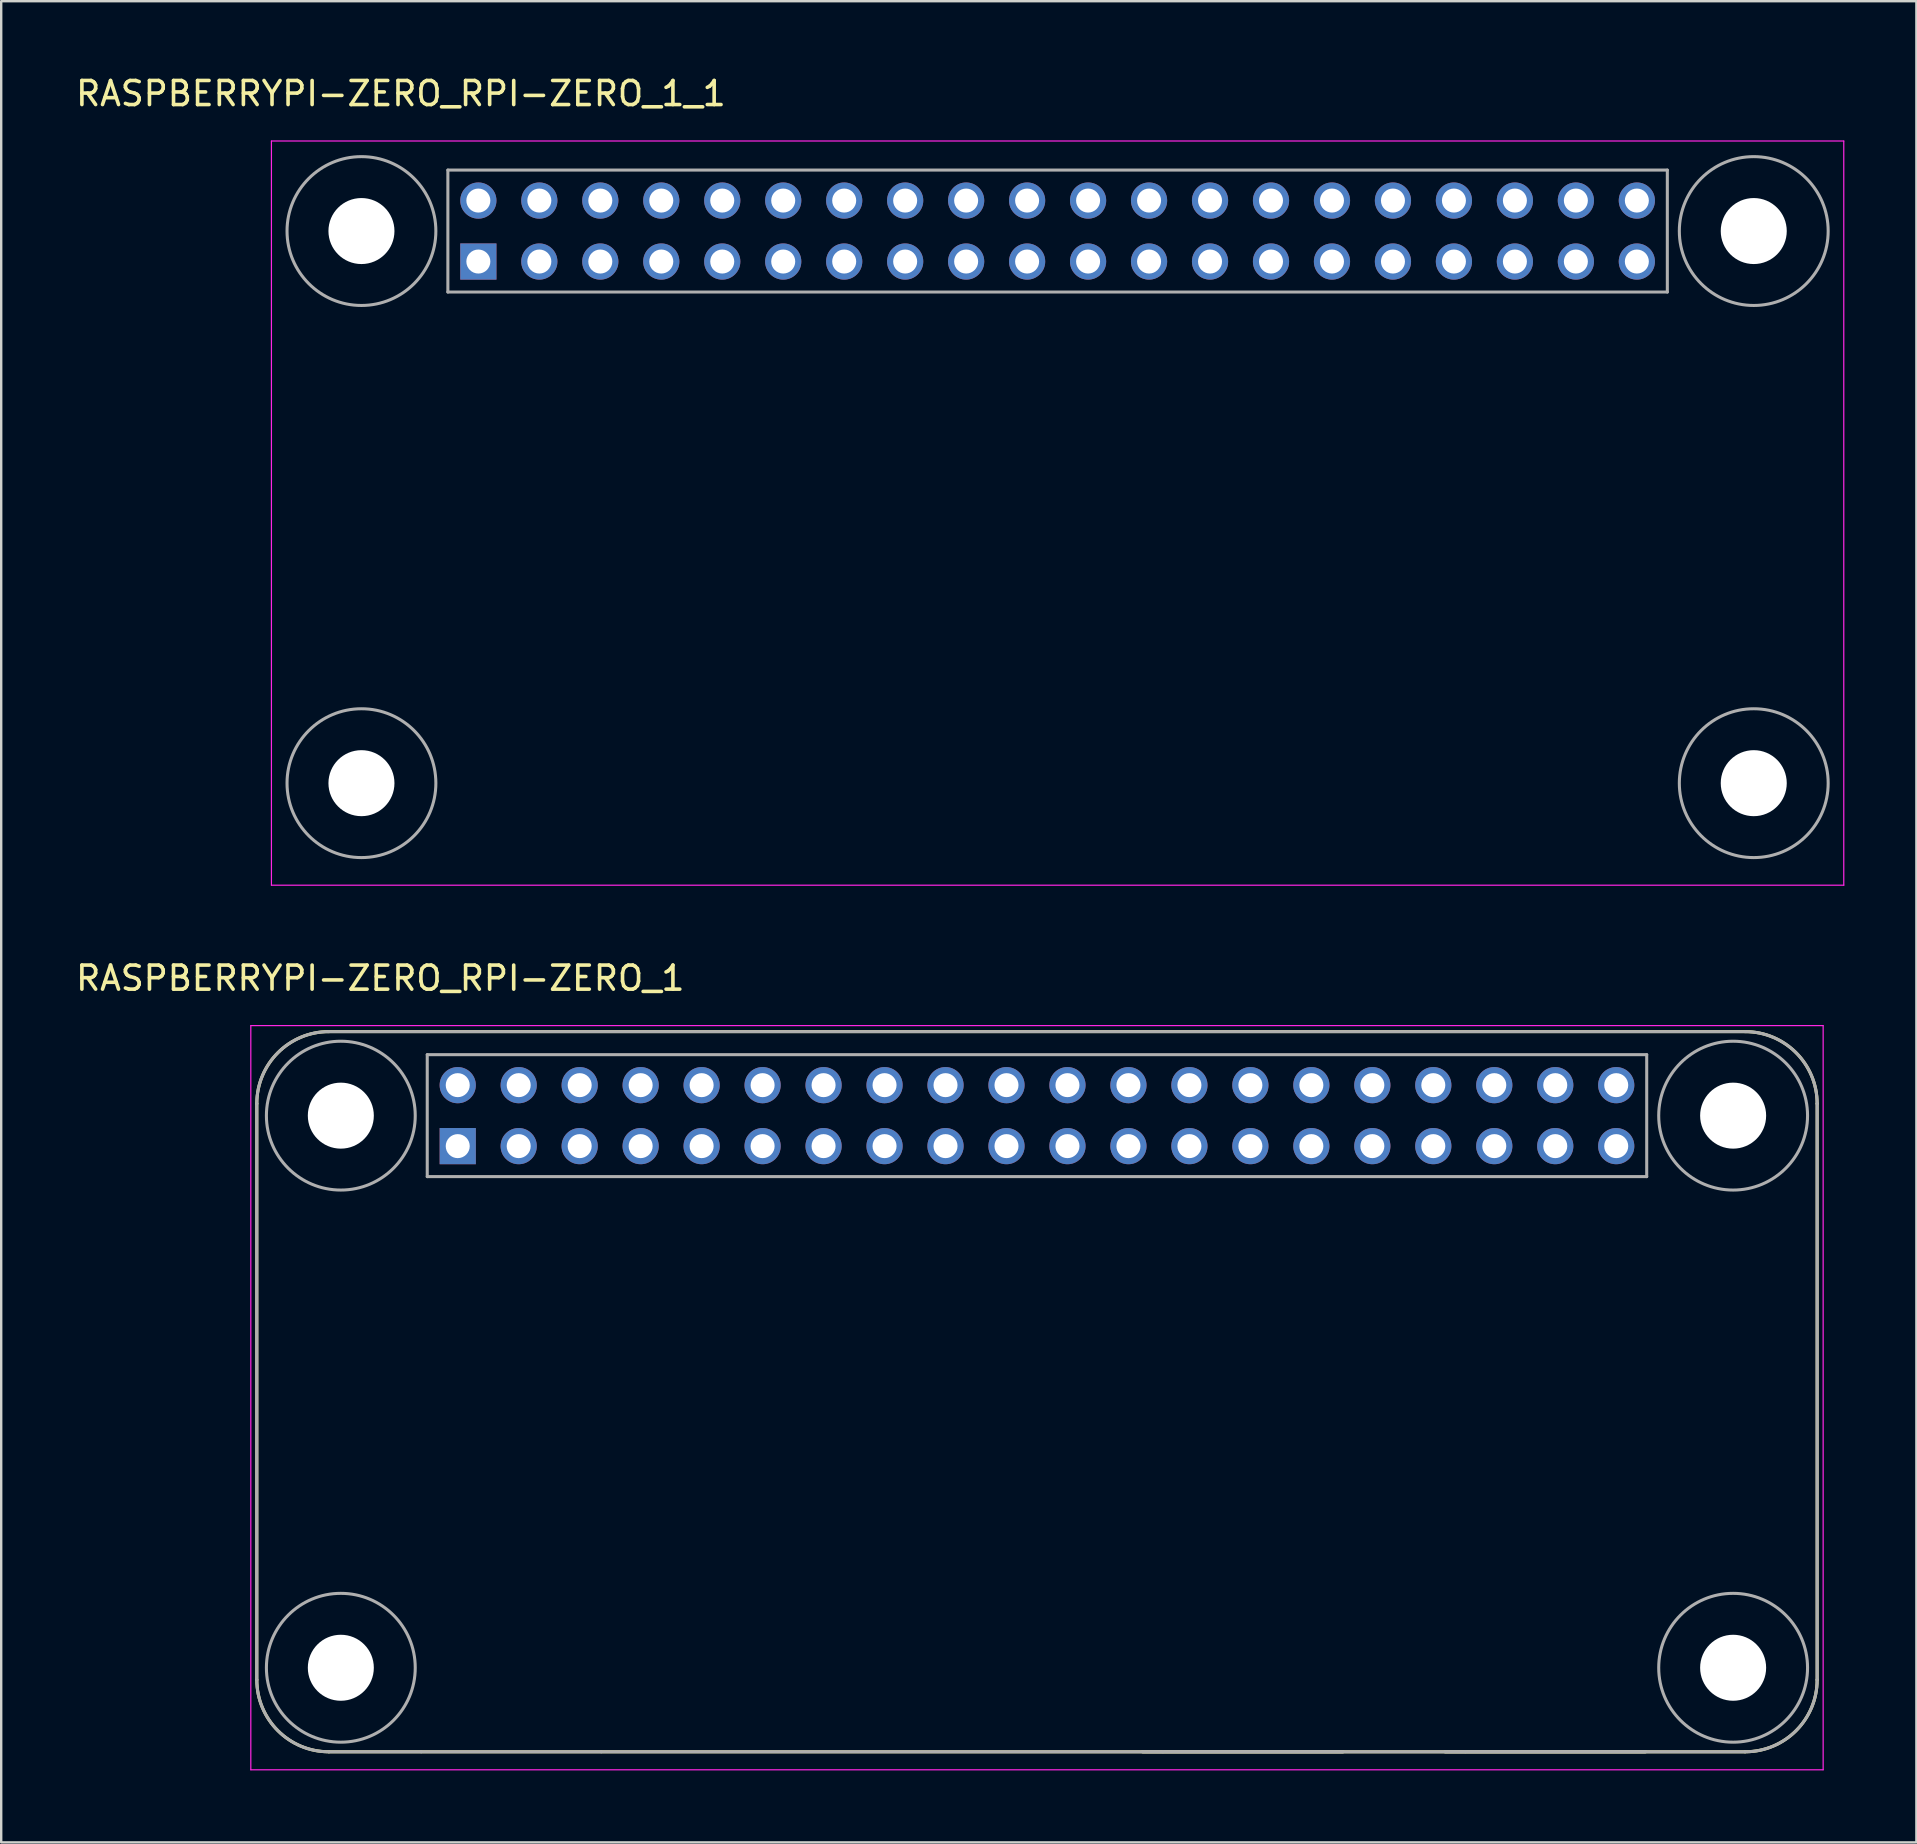
<source format=kicad_pcb>
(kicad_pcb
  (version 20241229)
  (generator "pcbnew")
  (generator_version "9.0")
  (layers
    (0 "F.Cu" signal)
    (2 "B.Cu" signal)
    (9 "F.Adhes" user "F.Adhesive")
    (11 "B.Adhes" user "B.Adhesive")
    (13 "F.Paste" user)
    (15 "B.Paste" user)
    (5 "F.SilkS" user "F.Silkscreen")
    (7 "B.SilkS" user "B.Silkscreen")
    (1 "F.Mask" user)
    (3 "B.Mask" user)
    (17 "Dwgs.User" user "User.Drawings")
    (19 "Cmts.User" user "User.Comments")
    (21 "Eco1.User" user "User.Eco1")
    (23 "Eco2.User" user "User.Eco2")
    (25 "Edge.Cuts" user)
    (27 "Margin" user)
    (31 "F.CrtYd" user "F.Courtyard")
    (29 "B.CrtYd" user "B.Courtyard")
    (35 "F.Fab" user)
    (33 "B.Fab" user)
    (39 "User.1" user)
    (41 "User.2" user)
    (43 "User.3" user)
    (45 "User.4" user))
  (footprint "RASPBERRYPI-ZERO_RPI-ZERO_1_1"
    (layer "F.Cu")
    (at 41.007 6.575)
    (property "Reference" "RASPBERRYPI-ZERO_RPI-ZERO_1_1" (at -27.357 -5.726 0) (layer "F.SilkS") (effects (font (size 1.002 1.002) (thickness 0.15))))
    (attr through_hole)
    (fp_line (start -32.75 -3.75) (end 32.75 -3.75) (stroke (width 0.05) (type solid)) (layer "F.CrtYd"))
    (fp_line (start -32.75 27.25) (end -32.75 -3.75) (stroke (width 0.05) (type solid)) (layer "F.CrtYd"))
    (fp_line (start 32.75 -3.75) (end 32.75 27.25) (stroke (width 0.05) (type solid)) (layer "F.CrtYd"))
    (fp_line (start 32.75 27.25) (end -32.75 27.25) (stroke (width 0.05) (type solid)) (layer "F.CrtYd"))
    (fp_line (start -25.4 -2.54) (end -25.4 2.54) (stroke (width 0.127) (type solid)) (layer "F.Fab"))
    (fp_line (start -25.4 2.54) (end 25.4 2.54) (stroke (width 0.127) (type solid)) (layer "F.Fab"))
    (fp_line (start 25.4 -2.54) (end -25.4 -2.54) (stroke (width 0.127) (type solid)) (layer "F.Fab"))
    (fp_line (start 25.4 2.54) (end 25.4 -2.54) (stroke (width 0.127) (type solid)) (layer "F.Fab"))
    (fp_circle (center -29 0) (end -25.9 0) (stroke (width 0.127) (type solid)) (fill no) (layer "F.Fab"))
    (fp_circle (center -29 23) (end -25.9 23) (stroke (width 0.127) (type solid)) (fill no) (layer "F.Fab"))
    (fp_circle (center 29 0) (end 32.1 0) (stroke (width 0.127) (type solid)) (fill no) (layer "F.Fab"))
    (fp_circle (center 29 23) (end 32.1 23) (stroke (width 0.127) (type solid)) (fill no) (layer "F.Fab"))
    (pad "" np_thru_hole circle (at -29 0) (size 2.75 2.75) (drill 2.75) (layers "*.Cu" "*.Mask"))
    (pad "" np_thru_hole circle (at -29 23) (size 2.75 2.75) (drill 2.75) (layers "*.Cu" "*.Mask"))
    (pad "" np_thru_hole circle (at 29 0) (size 2.75 2.75) (drill 2.75) (layers "*.Cu" "*.Mask"))
    (pad "" np_thru_hole circle (at 29 23) (size 2.75 2.75) (drill 2.75) (layers "*.Cu" "*.Mask"))
    (pad "1" thru_hole rect (at -24.13 1.27) (size 1.508 1.508) (drill 1) (layers "*.Cu" "*.Mask"))
    (pad "2" thru_hole circle (at -24.13 -1.27) (size 1.508 1.508) (drill 1) (layers "*.Cu" "*.Mask"))
    (pad "3" thru_hole circle (at -21.59 1.27) (size 1.508 1.508) (drill 1) (layers "*.Cu" "*.Mask"))
    (pad "4" thru_hole circle (at -21.59 -1.27) (size 1.508 1.508) (drill 1) (layers "*.Cu" "*.Mask"))
    (pad "5" thru_hole circle (at -19.05 1.27) (size 1.508 1.508) (drill 1) (layers "*.Cu" "*.Mask"))
    (pad "6" thru_hole circle (at -19.05 -1.27) (size 1.508 1.508) (drill 1) (layers "*.Cu" "*.Mask"))
    (pad "7" thru_hole circle (at -16.51 1.27) (size 1.508 1.508) (drill 1) (layers "*.Cu" "*.Mask"))
    (pad "8" thru_hole circle (at -16.51 -1.27) (size 1.508 1.508) (drill 1) (layers "*.Cu" "*.Mask"))
    (pad "9" thru_hole circle (at -13.97 1.27) (size 1.508 1.508) (drill 1) (layers "*.Cu" "*.Mask"))
    (pad "10" thru_hole circle (at -13.97 -1.27) (size 1.508 1.508) (drill 1) (layers "*.Cu" "*.Mask"))
    (pad "11" thru_hole circle (at -11.43 1.27) (size 1.508 1.508) (drill 1) (layers "*.Cu" "*.Mask"))
    (pad "12" thru_hole circle (at -11.43 -1.27) (size 1.508 1.508) (drill 1) (layers "*.Cu" "*.Mask"))
    (pad "13" thru_hole circle (at -8.89 1.27) (size 1.508 1.508) (drill 1) (layers "*.Cu" "*.Mask"))
    (pad "14" thru_hole circle (at -8.89 -1.27) (size 1.508 1.508) (drill 1) (layers "*.Cu" "*.Mask"))
    (pad "15" thru_hole circle (at -6.35 1.27) (size 1.508 1.508) (drill 1) (layers "*.Cu" "*.Mask"))
    (pad "16" thru_hole circle (at -6.35 -1.27) (size 1.508 1.508) (drill 1) (layers "*.Cu" "*.Mask"))
    (pad "17" thru_hole circle (at -3.81 1.27) (size 1.508 1.508) (drill 1) (layers "*.Cu" "*.Mask"))
    (pad "18" thru_hole circle (at -3.81 -1.27) (size 1.508 1.508) (drill 1) (layers "*.Cu" "*.Mask"))
    (pad "19" thru_hole circle (at -1.27 1.27) (size 1.508 1.508) (drill 1) (layers "*.Cu" "*.Mask"))
    (pad "20" thru_hole circle (at -1.27 -1.27) (size 1.508 1.508) (drill 1) (layers "*.Cu" "*.Mask"))
    (pad "21" thru_hole circle (at 1.27 1.27) (size 1.508 1.508) (drill 1) (layers "*.Cu" "*.Mask"))
    (pad "22" thru_hole circle (at 1.27 -1.27) (size 1.508 1.508) (drill 1) (layers "*.Cu" "*.Mask"))
    (pad "23" thru_hole circle (at 3.81 1.27) (size 1.508 1.508) (drill 1) (layers "*.Cu" "*.Mask"))
    (pad "24" thru_hole circle (at 3.81 -1.27) (size 1.508 1.508) (drill 1) (layers "*.Cu" "*.Mask"))
    (pad "25" thru_hole circle (at 6.35 1.27) (size 1.508 1.508) (drill 1) (layers "*.Cu" "*.Mask"))
    (pad "26" thru_hole circle (at 6.35 -1.27) (size 1.508 1.508) (drill 1) (layers "*.Cu" "*.Mask"))
    (pad "27" thru_hole circle (at 8.89 1.27) (size 1.508 1.508) (drill 1) (layers "*.Cu" "*.Mask"))
    (pad "28" thru_hole circle (at 8.89 -1.27) (size 1.508 1.508) (drill 1) (layers "*.Cu" "*.Mask"))
    (pad "29" thru_hole circle (at 11.43 1.27) (size 1.508 1.508) (drill 1) (layers "*.Cu" "*.Mask"))
    (pad "30" thru_hole circle (at 11.43 -1.27) (size 1.508 1.508) (drill 1) (layers "*.Cu" "*.Mask"))
    (pad "31" thru_hole circle (at 13.97 1.27) (size 1.508 1.508) (drill 1) (layers "*.Cu" "*.Mask"))
    (pad "32" thru_hole circle (at 13.97 -1.27) (size 1.508 1.508) (drill 1) (layers "*.Cu" "*.Mask"))
    (pad "33" thru_hole circle (at 16.51 1.27) (size 1.508 1.508) (drill 1) (layers "*.Cu" "*.Mask"))
    (pad "34" thru_hole circle (at 16.51 -1.27) (size 1.508 1.508) (drill 1) (layers "*.Cu" "*.Mask"))
    (pad "35" thru_hole circle (at 19.05 1.27) (size 1.508 1.508) (drill 1) (layers "*.Cu" "*.Mask"))
    (pad "36" thru_hole circle (at 19.05 -1.27) (size 1.508 1.508) (drill 1) (layers "*.Cu" "*.Mask"))
    (pad "37" thru_hole circle (at 21.59 1.27) (size 1.508 1.508) (drill 1) (layers "*.Cu" "*.Mask"))
    (pad "38" thru_hole circle (at 21.59 -1.27) (size 1.508 1.508) (drill 1) (layers "*.Cu" "*.Mask"))
    (pad "39" thru_hole circle (at 24.13 1.27) (size 1.508 1.508) (drill 1) (layers "*.Cu" "*.Mask"))
    (pad "40" thru_hole circle (at 24.13 -1.27) (size 1.508 1.508) (drill 1) (layers "*.Cu" "*.Mask")))
  (footprint "RASPBERRYPI-ZERO_RPI-ZERO_1"
    (layer "F.Cu")
    (at 40.148 43.425)
    (property "Reference" "RASPBERRYPI-ZERO_RPI-ZERO_1" (at -27.357 -5.726 0) (layer "F.SilkS") (effects (font (size 1.002 1.002) (thickness 0.15))))
    (attr through_hole)
    (fp_line (start -32.5 -0.5) (end -32.5 23.5) (stroke (width 0.127) (type solid)) (layer "F.SilkS"))
    (fp_line (start -29.5 26.5) (end 29.5 26.5) (stroke (width 0.127) (type solid)) (layer "F.SilkS"))
    (fp_line (start 4.4 26.5) (end 12.75 26.5) (stroke (width 0.127) (type solid)) (layer "F.SilkS"))
    (fp_line (start 17 26.5) (end 25.35 26.5) (stroke (width 0.127) (type solid)) (layer "F.SilkS"))
    (fp_line (start 29.5 -3.5) (end -29.5 -3.5) (stroke (width 0.127) (type solid)) (layer "F.SilkS"))
    (fp_line (start 32.5 23.5) (end 32.5 -0.5) (stroke (width 0.127) (type solid)) (layer "F.SilkS"))
    (fp_arc (start -32.5 -0.5) (mid -31.62132 -2.62132) (end -29.5 -3.5) (stroke (width 0.127) (type solid)) (layer "F.SilkS"))
    (fp_arc (start -29.5 26.5) (mid -31.62132 25.62132) (end -32.5 23.5) (stroke (width 0.127) (type solid)) (layer "F.SilkS"))
    (fp_arc (start 29.5 -3.5) (mid 31.62132 -2.62132) (end 32.5 -0.5) (stroke (width 0.127) (type solid)) (layer "F.SilkS"))
    (fp_arc (start 32.5 23.5) (mid 31.62132 25.62132) (end 29.5 26.5) (stroke (width 0.127) (type solid)) (layer "F.SilkS"))
    (fp_line (start -32.75 -3.75) (end 32.75 -3.75) (stroke (width 0.05) (type solid)) (layer "F.CrtYd"))
    (fp_line (start -32.75 27.25) (end -32.75 -3.75) (stroke (width 0.05) (type solid)) (layer "F.CrtYd"))
    (fp_line (start 32.75 -3.75) (end 32.75 27.25) (stroke (width 0.05) (type solid)) (layer "F.CrtYd"))
    (fp_line (start 32.75 27.25) (end -32.75 27.25) (stroke (width 0.05) (type solid)) (layer "F.CrtYd"))
    (fp_line (start -32.5 -0.5) (end -32.5 23.5) (stroke (width 0.127) (type solid)) (layer "F.Fab"))
    (fp_line (start -29.5 26.5) (end -25.65 26.5) (stroke (width 0.127) (type solid)) (layer "F.Fab"))
    (fp_line (start -25.65 26.5) (end -18.15 26.5) (stroke (width 0.127) (type solid)) (layer "F.Fab"))
    (fp_line (start -25.4 -2.54) (end -25.4 2.54) (stroke (width 0.127) (type solid)) (layer "F.Fab"))
    (fp_line (start -25.4 2.54) (end 25.4 2.54) (stroke (width 0.127) (type solid)) (layer "F.Fab"))
    (fp_line (start -18.15 26.5) (end 29.5 26.5) (stroke (width 0.127) (type solid)) (layer "F.Fab"))
    (fp_line (start 4.4 26.5) (end 5.25 26.5) (stroke (width 0.127) (type solid)) (layer "F.Fab"))
    (fp_line (start 5.25 26.5) (end 12.75 26.5) (stroke (width 0.127) (type solid)) (layer "F.Fab"))
    (fp_line (start 17 26.5) (end 17.85 26.5) (stroke (width 0.127) (type solid)) (layer "F.Fab"))
    (fp_line (start 17.85 26.5) (end 25.35 26.5) (stroke (width 0.127) (type solid)) (layer "F.Fab"))
    (fp_line (start 25.4 -2.54) (end -25.4 -2.54) (stroke (width 0.127) (type solid)) (layer "F.Fab"))
    (fp_line (start 25.4 2.54) (end 25.4 -2.54) (stroke (width 0.127) (type solid)) (layer "F.Fab"))
    (fp_line (start 29.5 -3.5) (end -29.5 -3.5) (stroke (width 0.127) (type solid)) (layer "F.Fab"))
    (fp_line (start 32.5 23.5) (end 32.5 -0.5) (stroke (width 0.127) (type solid)) (layer "F.Fab"))
    (fp_arc (start -32.5 -0.5) (mid -31.62132 -2.62132) (end -29.5 -3.5) (stroke (width 0.127) (type solid)) (layer "F.Fab"))
    (fp_arc (start -29.5 26.5) (mid -31.62132 25.62132) (end -32.5 23.5) (stroke (width 0.127) (type solid)) (layer "F.Fab"))
    (fp_arc (start 29.5 -3.5) (mid 31.62132 -2.62132) (end 32.5 -0.5) (stroke (width 0.127) (type solid)) (layer "F.Fab"))
    (fp_arc (start 32.5 23.5) (mid 31.62132 25.62132) (end 29.5 26.5) (stroke (width 0.127) (type solid)) (layer "F.Fab"))
    (fp_circle (center -29 0) (end -25.9 0) (stroke (width 0.127) (type solid)) (fill no) (layer "F.Fab"))
    (fp_circle (center -29 23) (end -25.9 23) (stroke (width 0.127) (type solid)) (fill no) (layer "F.Fab"))
    (fp_circle (center 29 0) (end 32.1 0) (stroke (width 0.127) (type solid)) (fill no) (layer "F.Fab"))
    (fp_circle (center 29 23) (end 32.1 23) (stroke (width 0.127) (type solid)) (fill no) (layer "F.Fab"))
    (pad "" np_thru_hole circle (at -29 0) (size 2.75 2.75) (drill 2.75) (layers "*.Cu" "*.Mask"))
    (pad "" np_thru_hole circle (at -29 23) (size 2.75 2.75) (drill 2.75) (layers "*.Cu" "*.Mask"))
    (pad "" np_thru_hole circle (at 29 0) (size 2.75 2.75) (drill 2.75) (layers "*.Cu" "*.Mask"))
    (pad "" np_thru_hole circle (at 29 23) (size 2.75 2.75) (drill 2.75) (layers "*.Cu" "*.Mask"))
    (pad "1" thru_hole rect (at -24.13 1.27) (size 1.508 1.508) (drill 1) (layers "*.Cu" "*.Mask"))
    (pad "2" thru_hole circle (at -24.13 -1.27) (size 1.508 1.508) (drill 1) (layers "*.Cu" "*.Mask"))
    (pad "3" thru_hole circle (at -21.59 1.27) (size 1.508 1.508) (drill 1) (layers "*.Cu" "*.Mask"))
    (pad "4" thru_hole circle (at -21.59 -1.27) (size 1.508 1.508) (drill 1) (layers "*.Cu" "*.Mask"))
    (pad "5" thru_hole circle (at -19.05 1.27) (size 1.508 1.508) (drill 1) (layers "*.Cu" "*.Mask"))
    (pad "6" thru_hole circle (at -19.05 -1.27) (size 1.508 1.508) (drill 1) (layers "*.Cu" "*.Mask"))
    (pad "7" thru_hole circle (at -16.51 1.27) (size 1.508 1.508) (drill 1) (layers "*.Cu" "*.Mask"))
    (pad "8" thru_hole circle (at -16.51 -1.27) (size 1.508 1.508) (drill 1) (layers "*.Cu" "*.Mask"))
    (pad "9" thru_hole circle (at -13.97 1.27) (size 1.508 1.508) (drill 1) (layers "*.Cu" "*.Mask"))
    (pad "10" thru_hole circle (at -13.97 -1.27) (size 1.508 1.508) (drill 1) (layers "*.Cu" "*.Mask"))
    (pad "11" thru_hole circle (at -11.43 1.27) (size 1.508 1.508) (drill 1) (layers "*.Cu" "*.Mask"))
    (pad "12" thru_hole circle (at -11.43 -1.27) (size 1.508 1.508) (drill 1) (layers "*.Cu" "*.Mask"))
    (pad "13" thru_hole circle (at -8.89 1.27) (size 1.508 1.508) (drill 1) (layers "*.Cu" "*.Mask"))
    (pad "14" thru_hole circle (at -8.89 -1.27) (size 1.508 1.508) (drill 1) (layers "*.Cu" "*.Mask"))
    (pad "15" thru_hole circle (at -6.35 1.27) (size 1.508 1.508) (drill 1) (layers "*.Cu" "*.Mask"))
    (pad "16" thru_hole circle (at -6.35 -1.27) (size 1.508 1.508) (drill 1) (layers "*.Cu" "*.Mask"))
    (pad "17" thru_hole circle (at -3.81 1.27) (size 1.508 1.508) (drill 1) (layers "*.Cu" "*.Mask"))
    (pad "18" thru_hole circle (at -3.81 -1.27) (size 1.508 1.508) (drill 1) (layers "*.Cu" "*.Mask"))
    (pad "19" thru_hole circle (at -1.27 1.27) (size 1.508 1.508) (drill 1) (layers "*.Cu" "*.Mask"))
    (pad "20" thru_hole circle (at -1.27 -1.27) (size 1.508 1.508) (drill 1) (layers "*.Cu" "*.Mask"))
    (pad "21" thru_hole circle (at 1.27 1.27) (size 1.508 1.508) (drill 1) (layers "*.Cu" "*.Mask"))
    (pad "22" thru_hole circle (at 1.27 -1.27) (size 1.508 1.508) (drill 1) (layers "*.Cu" "*.Mask"))
    (pad "23" thru_hole circle (at 3.81 1.27) (size 1.508 1.508) (drill 1) (layers "*.Cu" "*.Mask"))
    (pad "24" thru_hole circle (at 3.81 -1.27) (size 1.508 1.508) (drill 1) (layers "*.Cu" "*.Mask"))
    (pad "25" thru_hole circle (at 6.35 1.27) (size 1.508 1.508) (drill 1) (layers "*.Cu" "*.Mask"))
    (pad "26" thru_hole circle (at 6.35 -1.27) (size 1.508 1.508) (drill 1) (layers "*.Cu" "*.Mask"))
    (pad "27" thru_hole circle (at 8.89 1.27) (size 1.508 1.508) (drill 1) (layers "*.Cu" "*.Mask"))
    (pad "28" thru_hole circle (at 8.89 -1.27) (size 1.508 1.508) (drill 1) (layers "*.Cu" "*.Mask"))
    (pad "29" thru_hole circle (at 11.43 1.27) (size 1.508 1.508) (drill 1) (layers "*.Cu" "*.Mask"))
    (pad "30" thru_hole circle (at 11.43 -1.27) (size 1.508 1.508) (drill 1) (layers "*.Cu" "*.Mask"))
    (pad "31" thru_hole circle (at 13.97 1.27) (size 1.508 1.508) (drill 1) (layers "*.Cu" "*.Mask"))
    (pad "32" thru_hole circle (at 13.97 -1.27) (size 1.508 1.508) (drill 1) (layers "*.Cu" "*.Mask"))
    (pad "33" thru_hole circle (at 16.51 1.27) (size 1.508 1.508) (drill 1) (layers "*.Cu" "*.Mask"))
    (pad "34" thru_hole circle (at 16.51 -1.27) (size 1.508 1.508) (drill 1) (layers "*.Cu" "*.Mask"))
    (pad "35" thru_hole circle (at 19.05 1.27) (size 1.508 1.508) (drill 1) (layers "*.Cu" "*.Mask"))
    (pad "36" thru_hole circle (at 19.05 -1.27) (size 1.508 1.508) (drill 1) (layers "*.Cu" "*.Mask"))
    (pad "37" thru_hole circle (at 21.59 1.27) (size 1.508 1.508) (drill 1) (layers "*.Cu" "*.Mask"))
    (pad "38" thru_hole circle (at 21.59 -1.27) (size 1.508 1.508) (drill 1) (layers "*.Cu" "*.Mask"))
    (pad "39" thru_hole circle (at 24.13 1.27) (size 1.508 1.508) (drill 1) (layers "*.Cu" "*.Mask"))
    (pad "40" thru_hole circle (at 24.13 -1.27) (size 1.508 1.508) (drill 1) (layers "*.Cu" "*.Mask")))
  (gr_rect
    (start -3 -3)
    (end 76.782 73.7)
    (stroke (width 0.1) (type default))
    (fill no)
    (layer "Edge.Cuts")))
</source>
